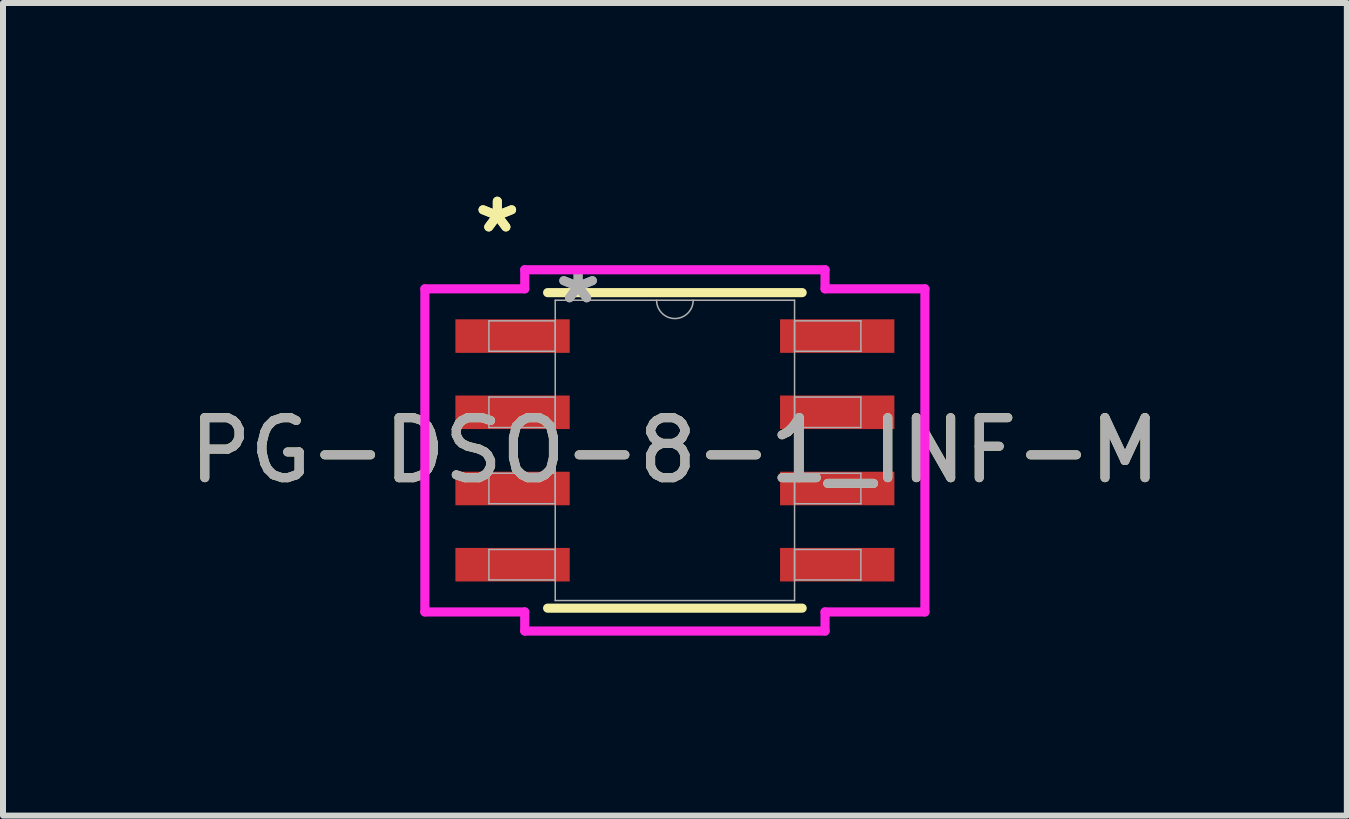
<source format=kicad_pcb>
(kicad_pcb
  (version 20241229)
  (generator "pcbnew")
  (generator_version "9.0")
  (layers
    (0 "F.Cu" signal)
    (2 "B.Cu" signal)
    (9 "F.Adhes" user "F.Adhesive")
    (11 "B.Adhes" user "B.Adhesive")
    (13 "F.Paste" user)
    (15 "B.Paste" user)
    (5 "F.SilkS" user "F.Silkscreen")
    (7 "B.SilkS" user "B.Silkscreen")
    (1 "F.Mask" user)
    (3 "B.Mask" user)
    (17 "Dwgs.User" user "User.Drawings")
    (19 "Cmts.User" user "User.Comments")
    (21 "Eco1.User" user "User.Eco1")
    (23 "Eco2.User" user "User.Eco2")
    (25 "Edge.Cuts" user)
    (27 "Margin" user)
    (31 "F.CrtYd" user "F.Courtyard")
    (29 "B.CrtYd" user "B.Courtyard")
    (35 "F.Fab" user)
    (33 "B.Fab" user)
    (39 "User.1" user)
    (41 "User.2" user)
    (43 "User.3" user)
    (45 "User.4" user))
  (footprint "PG-DSO-8-1_INF-M"
    (layer "F.Cu")
    (at 8.196 4.455)
    (property "Reference" "PG-DSO-8-1_INF-M" (at 0 0 0) (unlocked yes) (layer "F.SilkS") (effects (font (size 1 1) (thickness 0.15))))
    (attr smd)
    (fp_line (start -2.121 2.629) (end 2.121 2.629) (stroke (width 0.152) (type solid)) (layer "F.SilkS"))
    (fp_line (start 2.121 -2.629) (end -2.121 -2.629) (stroke (width 0.152) (type solid)) (layer "F.SilkS"))
    (fp_line (start -4.166 -2.692) (end -2.502 -2.692) (stroke (width 0.152) (type solid)) (layer "F.CrtYd"))
    (fp_line (start -4.166 2.692) (end -4.166 -2.692) (stroke (width 0.152) (type solid)) (layer "F.CrtYd"))
    (fp_line (start -4.166 2.692) (end -2.502 2.692) (stroke (width 0.152) (type solid)) (layer "F.CrtYd"))
    (fp_line (start -2.502 -3.01) (end 2.502 -3.01) (stroke (width 0.152) (type solid)) (layer "F.CrtYd"))
    (fp_line (start -2.502 -2.692) (end -2.502 -3.01) (stroke (width 0.152) (type solid)) (layer "F.CrtYd"))
    (fp_line (start -2.502 3.01) (end -2.502 2.692) (stroke (width 0.152) (type solid)) (layer "F.CrtYd"))
    (fp_line (start 2.502 -3.01) (end 2.502 -2.692) (stroke (width 0.152) (type solid)) (layer "F.CrtYd"))
    (fp_line (start 2.502 2.692) (end 2.502 3.01) (stroke (width 0.152) (type solid)) (layer "F.CrtYd"))
    (fp_line (start 2.502 3.01) (end -2.502 3.01) (stroke (width 0.152) (type solid)) (layer "F.CrtYd"))
    (fp_line (start 4.166 -2.692) (end 2.502 -2.692) (stroke (width 0.152) (type solid)) (layer "F.CrtYd"))
    (fp_line (start 4.166 -2.692) (end 4.166 2.692) (stroke (width 0.152) (type solid)) (layer "F.CrtYd"))
    (fp_line (start 4.166 2.692) (end 2.502 2.692) (stroke (width 0.152) (type solid)) (layer "F.CrtYd"))
    (fp_line (start -3.099 -2.159) (end -3.099 -1.651) (stroke (width 0.025) (type solid)) (layer "F.Fab"))
    (fp_line (start -3.099 -1.651) (end -1.994 -1.651) (stroke (width 0.025) (type solid)) (layer "F.Fab"))
    (fp_line (start -3.099 -0.889) (end -3.099 -0.381) (stroke (width 0.025) (type solid)) (layer "F.Fab"))
    (fp_line (start -3.099 -0.381) (end -1.994 -0.381) (stroke (width 0.025) (type solid)) (layer "F.Fab"))
    (fp_line (start -3.099 0.381) (end -3.099 0.889) (stroke (width 0.025) (type solid)) (layer "F.Fab"))
    (fp_line (start -3.099 0.889) (end -1.994 0.889) (stroke (width 0.025) (type solid)) (layer "F.Fab"))
    (fp_line (start -3.099 1.651) (end -3.099 2.159) (stroke (width 0.025) (type solid)) (layer "F.Fab"))
    (fp_line (start -3.099 2.159) (end -1.994 2.159) (stroke (width 0.025) (type solid)) (layer "F.Fab"))
    (fp_line (start -1.994 -2.502) (end -1.994 2.502) (stroke (width 0.025) (type solid)) (layer "F.Fab"))
    (fp_line (start -1.994 -2.159) (end -3.099 -2.159) (stroke (width 0.025) (type solid)) (layer "F.Fab"))
    (fp_line (start -1.994 -1.651) (end -1.994 -2.159) (stroke (width 0.025) (type solid)) (layer "F.Fab"))
    (fp_line (start -1.994 -0.889) (end -3.099 -0.889) (stroke (width 0.025) (type solid)) (layer "F.Fab"))
    (fp_line (start -1.994 -0.381) (end -1.994 -0.889) (stroke (width 0.025) (type solid)) (layer "F.Fab"))
    (fp_line (start -1.994 0.381) (end -3.099 0.381) (stroke (width 0.025) (type solid)) (layer "F.Fab"))
    (fp_line (start -1.994 0.889) (end -1.994 0.381) (stroke (width 0.025) (type solid)) (layer "F.Fab"))
    (fp_line (start -1.994 1.651) (end -3.099 1.651) (stroke (width 0.025) (type solid)) (layer "F.Fab"))
    (fp_line (start -1.994 2.159) (end -1.994 1.651) (stroke (width 0.025) (type solid)) (layer "F.Fab"))
    (fp_line (start -1.994 2.502) (end 1.994 2.502) (stroke (width 0.025) (type solid)) (layer "F.Fab"))
    (fp_line (start 1.994 -2.502) (end -1.994 -2.502) (stroke (width 0.025) (type solid)) (layer "F.Fab"))
    (fp_line (start 1.994 -2.159) (end 1.994 -1.651) (stroke (width 0.025) (type solid)) (layer "F.Fab"))
    (fp_line (start 1.994 -1.651) (end 3.099 -1.651) (stroke (width 0.025) (type solid)) (layer "F.Fab"))
    (fp_line (start 1.994 -0.889) (end 1.994 -0.381) (stroke (width 0.025) (type solid)) (layer "F.Fab"))
    (fp_line (start 1.994 -0.381) (end 3.099 -0.381) (stroke (width 0.025) (type solid)) (layer "F.Fab"))
    (fp_line (start 1.994 0.381) (end 1.994 0.889) (stroke (width 0.025) (type solid)) (layer "F.Fab"))
    (fp_line (start 1.994 0.889) (end 3.099 0.889) (stroke (width 0.025) (type solid)) (layer "F.Fab"))
    (fp_line (start 1.994 1.651) (end 1.994 2.159) (stroke (width 0.025) (type solid)) (layer "F.Fab"))
    (fp_line (start 1.994 2.159) (end 3.099 2.159) (stroke (width 0.025) (type solid)) (layer "F.Fab"))
    (fp_line (start 1.994 2.502) (end 1.994 -2.502) (stroke (width 0.025) (type solid)) (layer "F.Fab"))
    (fp_line (start 3.099 -2.159) (end 1.994 -2.159) (stroke (width 0.025) (type solid)) (layer "F.Fab"))
    (fp_line (start 3.099 -1.651) (end 3.099 -2.159) (stroke (width 0.025) (type solid)) (layer "F.Fab"))
    (fp_line (start 3.099 -0.889) (end 1.994 -0.889) (stroke (width 0.025) (type solid)) (layer "F.Fab"))
    (fp_line (start 3.099 -0.381) (end 3.099 -0.889) (stroke (width 0.025) (type solid)) (layer "F.Fab"))
    (fp_line (start 3.099 0.381) (end 1.994 0.381) (stroke (width 0.025) (type solid)) (layer "F.Fab"))
    (fp_line (start 3.099 0.889) (end 3.099 0.381) (stroke (width 0.025) (type solid)) (layer "F.Fab"))
    (fp_line (start 3.099 1.651) (end 1.994 1.651) (stroke (width 0.025) (type solid)) (layer "F.Fab"))
    (fp_line (start 3.099 2.159) (end 3.099 1.651) (stroke (width 0.025) (type solid)) (layer "F.Fab"))
    (fp_arc (start 0.3048 -2.5019) (mid 0 -2.1971) (end -0.3048 -2.5019) (stroke (width 0.0254) (type solid)) (layer "F.Fab"))
    (fp_text user "*" (at -2.959 -3.607 0) (layer "F.SilkS") (effects (font (size 1 1) (thickness 0.15))))
    (fp_text user "*" (at -2.959 -3.607 0) (unlocked yes) (layer "F.SilkS") (effects (font (size 1 1) (thickness 0.15))))
    (fp_text user "*" (at -1.613 -2.426 0) (layer "F.Fab") (effects (font (size 1 1) (thickness 0.15))))
    (fp_text user "${REFERENCE}" (at 0 0 0) (unlocked yes) (layer "F.Fab") (effects (font (size 1 1) (thickness 0.15))))
    (fp_text user "*" (at -1.613 -2.426 0) (unlocked yes) (layer "F.Fab") (effects (font (size 1 1) (thickness 0.15))))
    (pad "1" smd rect (at -2.705 -1.905) (size 1.905 0.559) (layers "F.Cu" "F.Mask" "F.Paste"))
    (pad "2" smd rect (at -2.705 -0.635) (size 1.905 0.559) (layers "F.Cu" "F.Mask" "F.Paste"))
    (pad "3" smd rect (at -2.705 0.635) (size 1.905 0.559) (layers "F.Cu" "F.Mask" "F.Paste"))
    (pad "4" smd rect (at -2.705 1.905) (size 1.905 0.559) (layers "F.Cu" "F.Mask" "F.Paste"))
    (pad "5" smd rect (at 2.705 1.905) (size 1.905 0.559) (layers "F.Cu" "F.Mask" "F.Paste"))
    (pad "6" smd rect (at 2.705 0.635) (size 1.905 0.559) (layers "F.Cu" "F.Mask" "F.Paste"))
    (pad "7" smd rect (at 2.705 -0.635) (size 1.905 0.559) (layers "F.Cu" "F.Mask" "F.Paste"))
    (pad "8" smd rect (at 2.705 -1.905) (size 1.905 0.559) (layers "F.Cu" "F.Mask" "F.Paste")))
  (gr_rect
    (start -3 -3)
    (end 19.393 10.541)
    (stroke (width 0.1) (type default))
    (fill no)
    (layer "Edge.Cuts")))
</source>
